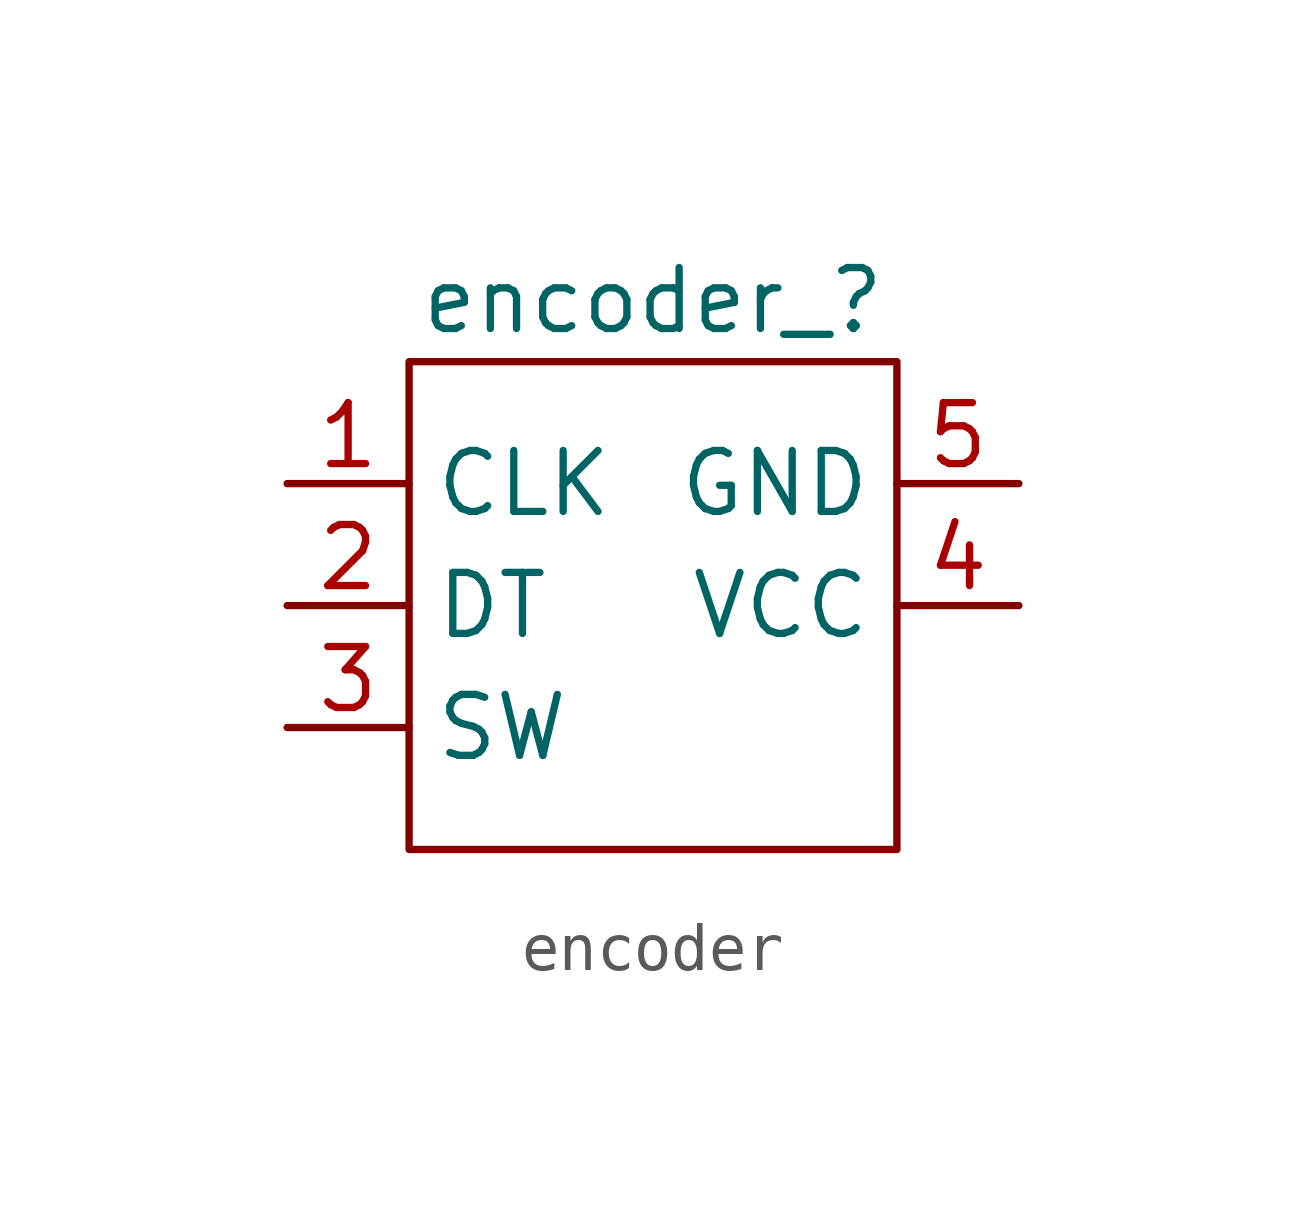
<source format=kicad_sym>
(kicad_symbol_lib
  (version 20220914)
  (generator kicad_symbol_editor)
  (symbol "encoder"
    (property "Reference" "encoder_"
      (at 0 5.08 0)
      (effects (font (size 1.27 1.27))))
    (property "Value" ""
      (at 1.27 0 0)
      (effects (font (size 1.27 1.27))))
    (symbol "encoder_0_1"
      (rectangle (start -5.08 3.81) (end 5.08 -6.35) (stroke (width 0) (type default)) (fill (type none))))
    (symbol "encoder_1_1"
      (pin output line (at -7.62 1.27 0) (length 2.54) (name "CLK" (effects (font (size 1.27 1.27)))) (number "1" (effects (font (size 1.27 1.27)))))
      (pin output line (at -7.62 -1.27 0) (length 2.54) (name "DT" (effects (font (size 1.27 1.27)))) (number "2" (effects (font (size 1.27 1.27)))))
      (pin output line (at -7.62 -3.81 0) (length 2.54) (name "SW" (effects (font (size 1.27 1.27)))) (number "3" (effects (font (size 1.27 1.27)))))
      (pin power_in line (at 7.62 -1.27 180) (length 2.54) (name "VCC" (effects (font (size 1.27 1.27)))) (number "4" (effects (font (size 1.27 1.27)))))
      (pin power_in line (at 7.62 1.27 180) (length 2.54) (name "GND" (effects (font (size 1.27 1.27)))) (number "5" (effects (font (size 1.27 1.27))))))))
</source>
